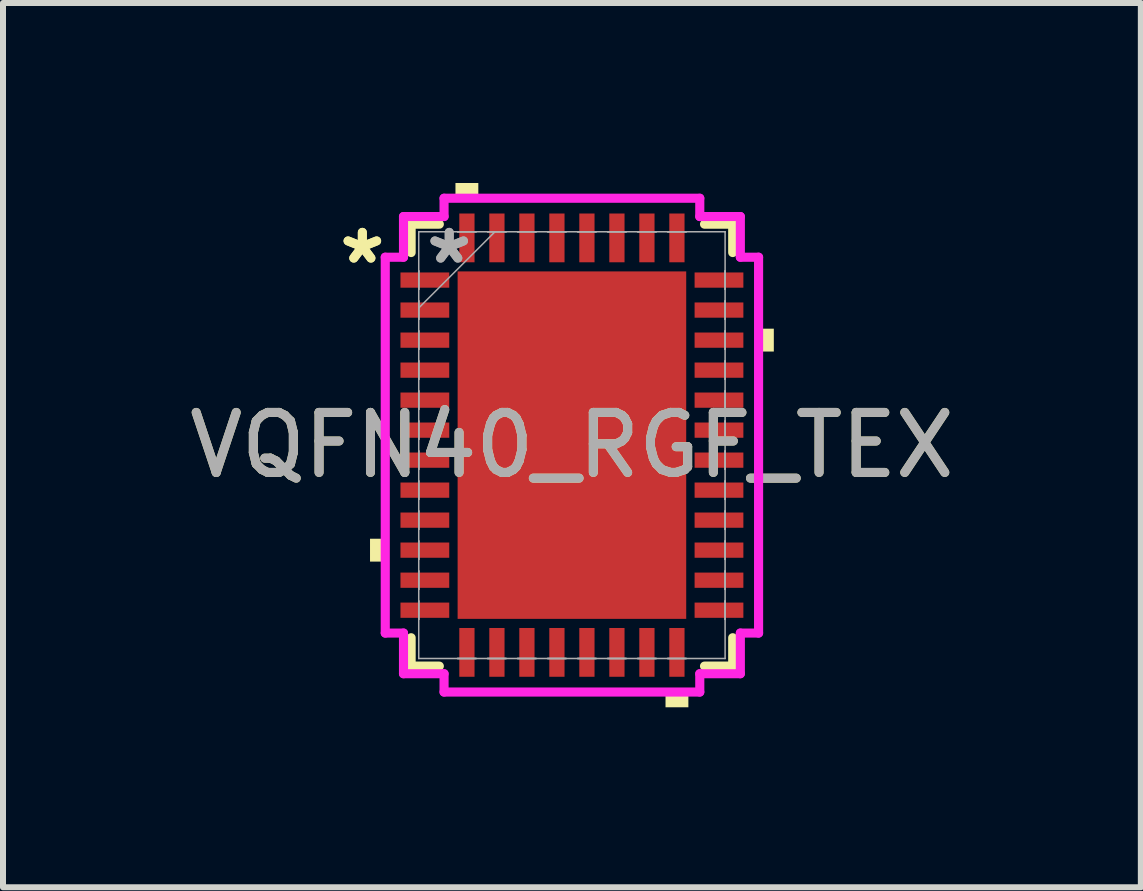
<source format=kicad_pcb>
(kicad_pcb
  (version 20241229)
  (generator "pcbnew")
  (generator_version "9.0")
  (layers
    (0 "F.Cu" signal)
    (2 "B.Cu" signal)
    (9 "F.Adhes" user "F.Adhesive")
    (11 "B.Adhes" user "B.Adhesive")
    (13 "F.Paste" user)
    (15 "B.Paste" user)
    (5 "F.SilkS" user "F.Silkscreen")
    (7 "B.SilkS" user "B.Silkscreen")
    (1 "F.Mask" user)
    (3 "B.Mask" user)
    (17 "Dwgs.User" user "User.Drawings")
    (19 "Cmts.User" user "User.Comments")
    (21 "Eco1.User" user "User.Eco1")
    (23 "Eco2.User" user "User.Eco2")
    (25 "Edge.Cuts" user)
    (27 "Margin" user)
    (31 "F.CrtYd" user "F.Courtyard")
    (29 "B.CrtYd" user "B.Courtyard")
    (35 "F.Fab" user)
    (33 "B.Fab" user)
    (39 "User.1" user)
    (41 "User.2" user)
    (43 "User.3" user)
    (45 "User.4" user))
  (footprint "VQFN40_RGF_TEX"
    (layer "F.Cu")
    (at 6.482 4.369)
    (property "Reference" "VQFN40_RGF_TEX" (at 0 0 0) (unlocked yes) (layer "F.SilkS") (effects (font (size 1 1) (thickness 0.15))))
    (attr smd)
    (fp_line (start -2.68 -3.683) (end -2.68 -3.21) (stroke (width 0.152) (type solid)) (layer "F.SilkS"))
    (fp_line (start -2.68 3.21) (end -2.68 3.683) (stroke (width 0.152) (type solid)) (layer "F.SilkS"))
    (fp_line (start -2.68 3.683) (end -2.21 3.683) (stroke (width 0.152) (type solid)) (layer "F.SilkS"))
    (fp_line (start -2.21 -3.683) (end -2.68 -3.683) (stroke (width 0.152) (type solid)) (layer "F.SilkS"))
    (fp_line (start 2.21 3.683) (end 2.68 3.683) (stroke (width 0.152) (type solid)) (layer "F.SilkS"))
    (fp_line (start 2.68 -3.683) (end 2.21 -3.683) (stroke (width 0.152) (type solid)) (layer "F.SilkS"))
    (fp_line (start 2.68 -3.21) (end 2.68 -3.683) (stroke (width 0.152) (type solid)) (layer "F.SilkS"))
    (fp_line (start 2.68 3.683) (end 2.68 3.21) (stroke (width 0.152) (type solid)) (layer "F.SilkS"))
    (fp_poly (pts (xy -3.365 1.56) (xy -3.365 1.941) (xy -3.111 1.941) (xy -3.111 1.56)) (stroke (width 0) (type solid)) (fill yes) (layer "F.SilkS"))
    (fp_poly (pts (xy -1.941 -4.115) (xy -1.941 -4.369) (xy -1.56 -4.369) (xy -1.56 -4.115)) (stroke (width 0) (type solid)) (fill yes) (layer "F.SilkS"))
    (fp_poly (pts (xy 1.56 4.115) (xy 1.56 4.369) (xy 1.941 4.369) (xy 1.941 4.115)) (stroke (width 0) (type solid)) (fill yes) (layer "F.SilkS"))
    (fp_poly (pts (xy 3.365 -1.941) (xy 3.365 -1.56) (xy 3.111 -1.56) (xy 3.111 -1.941)) (stroke (width 0) (type solid)) (fill yes) (layer "F.SilkS"))
    (fp_poly (pts (xy -1.805 -2.796) (xy -1.805 -1.548) (xy -0.735 -1.548) (xy -0.735 -2.796)) (stroke (width 0) (type solid)) (fill yes) (layer "F.Paste"))
    (fp_poly (pts (xy -1.805 -1.348) (xy -1.805 -0.1) (xy -0.735 -0.1) (xy -0.735 -1.348)) (stroke (width 0) (type solid)) (fill yes) (layer "F.Paste"))
    (fp_poly (pts (xy -1.805 0.1) (xy -1.805 1.348) (xy -0.735 1.348) (xy -0.735 0.1)) (stroke (width 0) (type solid)) (fill yes) (layer "F.Paste"))
    (fp_poly (pts (xy -1.805 1.548) (xy -1.805 2.796) (xy -0.735 2.796) (xy -0.735 1.548)) (stroke (width 0) (type solid)) (fill yes) (layer "F.Paste"))
    (fp_poly (pts (xy -0.535 -2.796) (xy -0.535 -1.548) (xy 0.535 -1.548) (xy 0.535 -2.796)) (stroke (width 0) (type solid)) (fill yes) (layer "F.Paste"))
    (fp_poly (pts (xy -0.535 -1.348) (xy -0.535 -0.1) (xy 0.535 -0.1) (xy 0.535 -1.348)) (stroke (width 0) (type solid)) (fill yes) (layer "F.Paste"))
    (fp_poly (pts (xy -0.535 0.1) (xy -0.535 1.348) (xy 0.535 1.348) (xy 0.535 0.1)) (stroke (width 0) (type solid)) (fill yes) (layer "F.Paste"))
    (fp_poly (pts (xy -0.535 1.548) (xy -0.535 2.796) (xy 0.535 2.796) (xy 0.535 1.548)) (stroke (width 0) (type solid)) (fill yes) (layer "F.Paste"))
    (fp_poly (pts (xy 0.735 -2.796) (xy 0.735 -1.548) (xy 1.805 -1.548) (xy 1.805 -2.796)) (stroke (width 0) (type solid)) (fill yes) (layer "F.Paste"))
    (fp_poly (pts (xy 0.735 -1.348) (xy 0.735 -0.1) (xy 1.805 -0.1) (xy 1.805 -1.348)) (stroke (width 0) (type solid)) (fill yes) (layer "F.Paste"))
    (fp_poly (pts (xy 0.735 0.1) (xy 0.735 1.348) (xy 1.805 1.348) (xy 1.805 0.1)) (stroke (width 0) (type solid)) (fill yes) (layer "F.Paste"))
    (fp_poly (pts (xy 0.735 1.548) (xy 0.735 2.796) (xy 1.805 2.796) (xy 1.805 1.548)) (stroke (width 0) (type solid)) (fill yes) (layer "F.Paste"))
    (fp_line (start -3.111 -3.132) (end -2.807 -3.132) (stroke (width 0.152) (type solid)) (layer "F.CrtYd"))
    (fp_line (start -3.111 3.132) (end -3.111 -3.132) (stroke (width 0.152) (type solid)) (layer "F.CrtYd"))
    (fp_line (start -2.807 -3.81) (end -2.131 -3.81) (stroke (width 0.152) (type solid)) (layer "F.CrtYd"))
    (fp_line (start -2.807 -3.132) (end -2.807 -3.81) (stroke (width 0.152) (type solid)) (layer "F.CrtYd"))
    (fp_line (start -2.807 3.132) (end -3.111 3.132) (stroke (width 0.152) (type solid)) (layer "F.CrtYd"))
    (fp_line (start -2.807 3.81) (end -2.807 3.132) (stroke (width 0.152) (type solid)) (layer "F.CrtYd"))
    (fp_line (start -2.131 -4.115) (end 2.131 -4.115) (stroke (width 0.152) (type solid)) (layer "F.CrtYd"))
    (fp_line (start -2.131 -3.81) (end -2.131 -4.115) (stroke (width 0.152) (type solid)) (layer "F.CrtYd"))
    (fp_line (start -2.131 3.81) (end -2.807 3.81) (stroke (width 0.152) (type solid)) (layer "F.CrtYd"))
    (fp_line (start -2.131 4.115) (end -2.131 3.81) (stroke (width 0.152) (type solid)) (layer "F.CrtYd"))
    (fp_line (start 2.131 -4.115) (end 2.131 -3.81) (stroke (width 0.152) (type solid)) (layer "F.CrtYd"))
    (fp_line (start 2.131 -3.81) (end 2.807 -3.81) (stroke (width 0.152) (type solid)) (layer "F.CrtYd"))
    (fp_line (start 2.131 3.81) (end 2.131 4.115) (stroke (width 0.152) (type solid)) (layer "F.CrtYd"))
    (fp_line (start 2.131 4.115) (end -2.131 4.115) (stroke (width 0.152) (type solid)) (layer "F.CrtYd"))
    (fp_line (start 2.807 -3.81) (end 2.807 -3.132) (stroke (width 0.152) (type solid)) (layer "F.CrtYd"))
    (fp_line (start 2.807 -3.132) (end 3.111 -3.132) (stroke (width 0.152) (type solid)) (layer "F.CrtYd"))
    (fp_line (start 2.807 3.132) (end 2.807 3.81) (stroke (width 0.152) (type solid)) (layer "F.CrtYd"))
    (fp_line (start 2.807 3.81) (end 2.131 3.81) (stroke (width 0.152) (type solid)) (layer "F.CrtYd"))
    (fp_line (start 3.111 -3.132) (end 3.111 3.132) (stroke (width 0.152) (type solid)) (layer "F.CrtYd"))
    (fp_line (start 3.111 3.132) (end 2.807 3.132) (stroke (width 0.152) (type solid)) (layer "F.CrtYd"))
    (fp_line (start -2.553 -3.556) (end -2.553 -3.556) (stroke (width 0.025) (type solid)) (layer "F.Fab"))
    (fp_line (start -2.553 -3.556) (end -2.553 3.556) (stroke (width 0.025) (type solid)) (layer "F.Fab"))
    (fp_line (start -2.553 -2.903) (end -2.553 -2.903) (stroke (width 0.025) (type solid)) (layer "F.Fab"))
    (fp_line (start -2.553 -2.903) (end -2.553 -2.598) (stroke (width 0.025) (type solid)) (layer "F.Fab"))
    (fp_line (start -2.553 -2.598) (end -2.553 -2.903) (stroke (width 0.025) (type solid)) (layer "F.Fab"))
    (fp_line (start -2.553 -2.598) (end -2.553 -2.598) (stroke (width 0.025) (type solid)) (layer "F.Fab"))
    (fp_line (start -2.553 -2.403) (end -2.553 -2.403) (stroke (width 0.025) (type solid)) (layer "F.Fab"))
    (fp_line (start -2.553 -2.403) (end -2.553 -2.098) (stroke (width 0.025) (type solid)) (layer "F.Fab"))
    (fp_line (start -2.553 -2.286) (end -1.283 -3.556) (stroke (width 0.025) (type solid)) (layer "F.Fab"))
    (fp_line (start -2.553 -2.098) (end -2.553 -2.403) (stroke (width 0.025) (type solid)) (layer "F.Fab"))
    (fp_line (start -2.553 -2.098) (end -2.553 -2.098) (stroke (width 0.025) (type solid)) (layer "F.Fab"))
    (fp_line (start -2.553 -1.903) (end -2.553 -1.903) (stroke (width 0.025) (type solid)) (layer "F.Fab"))
    (fp_line (start -2.553 -1.903) (end -2.553 -1.598) (stroke (width 0.025) (type solid)) (layer "F.Fab"))
    (fp_line (start -2.553 -1.598) (end -2.553 -1.903) (stroke (width 0.025) (type solid)) (layer "F.Fab"))
    (fp_line (start -2.553 -1.598) (end -2.553 -1.598) (stroke (width 0.025) (type solid)) (layer "F.Fab"))
    (fp_line (start -2.553 -1.403) (end -2.553 -1.403) (stroke (width 0.025) (type solid)) (layer "F.Fab"))
    (fp_line (start -2.553 -1.403) (end -2.553 -1.098) (stroke (width 0.025) (type solid)) (layer "F.Fab"))
    (fp_line (start -2.553 -1.098) (end -2.553 -1.403) (stroke (width 0.025) (type solid)) (layer "F.Fab"))
    (fp_line (start -2.553 -1.098) (end -2.553 -1.098) (stroke (width 0.025) (type solid)) (layer "F.Fab"))
    (fp_line (start -2.553 -0.903) (end -2.553 -0.903) (stroke (width 0.025) (type solid)) (layer "F.Fab"))
    (fp_line (start -2.553 -0.903) (end -2.553 -0.598) (stroke (width 0.025) (type solid)) (layer "F.Fab"))
    (fp_line (start -2.553 -0.598) (end -2.553 -0.903) (stroke (width 0.025) (type solid)) (layer "F.Fab"))
    (fp_line (start -2.553 -0.598) (end -2.553 -0.598) (stroke (width 0.025) (type solid)) (layer "F.Fab"))
    (fp_line (start -2.553 -0.402) (end -2.553 -0.402) (stroke (width 0.025) (type solid)) (layer "F.Fab"))
    (fp_line (start -2.553 -0.402) (end -2.553 -0.098) (stroke (width 0.025) (type solid)) (layer "F.Fab"))
    (fp_line (start -2.553 -0.098) (end -2.553 -0.402) (stroke (width 0.025) (type solid)) (layer "F.Fab"))
    (fp_line (start -2.553 -0.098) (end -2.553 -0.098) (stroke (width 0.025) (type solid)) (layer "F.Fab"))
    (fp_line (start -2.553 0.098) (end -2.553 0.098) (stroke (width 0.025) (type solid)) (layer "F.Fab"))
    (fp_line (start -2.553 0.098) (end -2.553 0.402) (stroke (width 0.025) (type solid)) (layer "F.Fab"))
    (fp_line (start -2.553 0.402) (end -2.553 0.098) (stroke (width 0.025) (type solid)) (layer "F.Fab"))
    (fp_line (start -2.553 0.402) (end -2.553 0.402) (stroke (width 0.025) (type solid)) (layer "F.Fab"))
    (fp_line (start -2.553 0.598) (end -2.553 0.598) (stroke (width 0.025) (type solid)) (layer "F.Fab"))
    (fp_line (start -2.553 0.598) (end -2.553 0.903) (stroke (width 0.025) (type solid)) (layer "F.Fab"))
    (fp_line (start -2.553 0.903) (end -2.553 0.598) (stroke (width 0.025) (type solid)) (layer "F.Fab"))
    (fp_line (start -2.553 0.903) (end -2.553 0.903) (stroke (width 0.025) (type solid)) (layer "F.Fab"))
    (fp_line (start -2.553 1.098) (end -2.553 1.098) (stroke (width 0.025) (type solid)) (layer "F.Fab"))
    (fp_line (start -2.553 1.098) (end -2.553 1.403) (stroke (width 0.025) (type solid)) (layer "F.Fab"))
    (fp_line (start -2.553 1.403) (end -2.553 1.098) (stroke (width 0.025) (type solid)) (layer "F.Fab"))
    (fp_line (start -2.553 1.403) (end -2.553 1.403) (stroke (width 0.025) (type solid)) (layer "F.Fab"))
    (fp_line (start -2.553 1.598) (end -2.553 1.598) (stroke (width 0.025) (type solid)) (layer "F.Fab"))
    (fp_line (start -2.553 1.598) (end -2.553 1.903) (stroke (width 0.025) (type solid)) (layer "F.Fab"))
    (fp_line (start -2.553 1.903) (end -2.553 1.598) (stroke (width 0.025) (type solid)) (layer "F.Fab"))
    (fp_line (start -2.553 1.903) (end -2.553 1.903) (stroke (width 0.025) (type solid)) (layer "F.Fab"))
    (fp_line (start -2.553 2.098) (end -2.553 2.098) (stroke (width 0.025) (type solid)) (layer "F.Fab"))
    (fp_line (start -2.553 2.098) (end -2.553 2.403) (stroke (width 0.025) (type solid)) (layer "F.Fab"))
    (fp_line (start -2.553 2.403) (end -2.553 2.098) (stroke (width 0.025) (type solid)) (layer "F.Fab"))
    (fp_line (start -2.553 2.403) (end -2.553 2.403) (stroke (width 0.025) (type solid)) (layer "F.Fab"))
    (fp_line (start -2.553 2.598) (end -2.553 2.598) (stroke (width 0.025) (type solid)) (layer "F.Fab"))
    (fp_line (start -2.553 2.598) (end -2.553 2.903) (stroke (width 0.025) (type solid)) (layer "F.Fab"))
    (fp_line (start -2.553 2.903) (end -2.553 2.598) (stroke (width 0.025) (type solid)) (layer "F.Fab"))
    (fp_line (start -2.553 2.903) (end -2.553 2.903) (stroke (width 0.025) (type solid)) (layer "F.Fab"))
    (fp_line (start -2.553 3.556) (end -2.553 3.556) (stroke (width 0.025) (type solid)) (layer "F.Fab"))
    (fp_line (start -2.553 3.556) (end 2.553 3.556) (stroke (width 0.025) (type solid)) (layer "F.Fab"))
    (fp_line (start -1.903 -3.556) (end -1.903 -3.556) (stroke (width 0.025) (type solid)) (layer "F.Fab"))
    (fp_line (start -1.903 -3.556) (end -1.598 -3.556) (stroke (width 0.025) (type solid)) (layer "F.Fab"))
    (fp_line (start -1.903 3.556) (end -1.903 3.556) (stroke (width 0.025) (type solid)) (layer "F.Fab"))
    (fp_line (start -1.903 3.556) (end -1.598 3.556) (stroke (width 0.025) (type solid)) (layer "F.Fab"))
    (fp_line (start -1.598 -3.556) (end -1.903 -3.556) (stroke (width 0.025) (type solid)) (layer "F.Fab"))
    (fp_line (start -1.598 -3.556) (end -1.598 -3.556) (stroke (width 0.025) (type solid)) (layer "F.Fab"))
    (fp_line (start -1.598 3.556) (end -1.903 3.556) (stroke (width 0.025) (type solid)) (layer "F.Fab"))
    (fp_line (start -1.598 3.556) (end -1.598 3.556) (stroke (width 0.025) (type solid)) (layer "F.Fab"))
    (fp_line (start -1.403 -3.556) (end -1.403 -3.556) (stroke (width 0.025) (type solid)) (layer "F.Fab"))
    (fp_line (start -1.403 -3.556) (end -1.098 -3.556) (stroke (width 0.025) (type solid)) (layer "F.Fab"))
    (fp_line (start -1.403 3.556) (end -1.403 3.556) (stroke (width 0.025) (type solid)) (layer "F.Fab"))
    (fp_line (start -1.403 3.556) (end -1.098 3.556) (stroke (width 0.025) (type solid)) (layer "F.Fab"))
    (fp_line (start -1.098 -3.556) (end -1.403 -3.556) (stroke (width 0.025) (type solid)) (layer "F.Fab"))
    (fp_line (start -1.098 -3.556) (end -1.098 -3.556) (stroke (width 0.025) (type solid)) (layer "F.Fab"))
    (fp_line (start -1.098 3.556) (end -1.403 3.556) (stroke (width 0.025) (type solid)) (layer "F.Fab"))
    (fp_line (start -1.098 3.556) (end -1.098 3.556) (stroke (width 0.025) (type solid)) (layer "F.Fab"))
    (fp_line (start -0.903 -3.556) (end -0.903 -3.556) (stroke (width 0.025) (type solid)) (layer "F.Fab"))
    (fp_line (start -0.903 -3.556) (end -0.598 -3.556) (stroke (width 0.025) (type solid)) (layer "F.Fab"))
    (fp_line (start -0.903 3.556) (end -0.903 3.556) (stroke (width 0.025) (type solid)) (layer "F.Fab"))
    (fp_line (start -0.903 3.556) (end -0.598 3.556) (stroke (width 0.025) (type solid)) (layer "F.Fab"))
    (fp_line (start -0.598 -3.556) (end -0.903 -3.556) (stroke (width 0.025) (type solid)) (layer "F.Fab"))
    (fp_line (start -0.598 -3.556) (end -0.598 -3.556) (stroke (width 0.025) (type solid)) (layer "F.Fab"))
    (fp_line (start -0.598 3.556) (end -0.903 3.556) (stroke (width 0.025) (type solid)) (layer "F.Fab"))
    (fp_line (start -0.598 3.556) (end -0.598 3.556) (stroke (width 0.025) (type solid)) (layer "F.Fab"))
    (fp_line (start -0.402 -3.556) (end -0.402 -3.556) (stroke (width 0.025) (type solid)) (layer "F.Fab"))
    (fp_line (start -0.402 -3.556) (end -0.098 -3.556) (stroke (width 0.025) (type solid)) (layer "F.Fab"))
    (fp_line (start -0.402 3.556) (end -0.402 3.556) (stroke (width 0.025) (type solid)) (layer "F.Fab"))
    (fp_line (start -0.402 3.556) (end -0.098 3.556) (stroke (width 0.025) (type solid)) (layer "F.Fab"))
    (fp_line (start -0.098 -3.556) (end -0.402 -3.556) (stroke (width 0.025) (type solid)) (layer "F.Fab"))
    (fp_line (start -0.098 -3.556) (end -0.098 -3.556) (stroke (width 0.025) (type solid)) (layer "F.Fab"))
    (fp_line (start -0.098 3.556) (end -0.402 3.556) (stroke (width 0.025) (type solid)) (layer "F.Fab"))
    (fp_line (start -0.098 3.556) (end -0.098 3.556) (stroke (width 0.025) (type solid)) (layer "F.Fab"))
    (fp_line (start 0.098 -3.556) (end 0.098 -3.556) (stroke (width 0.025) (type solid)) (layer "F.Fab"))
    (fp_line (start 0.098 -3.556) (end 0.402 -3.556) (stroke (width 0.025) (type solid)) (layer "F.Fab"))
    (fp_line (start 0.098 3.556) (end 0.098 3.556) (stroke (width 0.025) (type solid)) (layer "F.Fab"))
    (fp_line (start 0.098 3.556) (end 0.402 3.556) (stroke (width 0.025) (type solid)) (layer "F.Fab"))
    (fp_line (start 0.402 -3.556) (end 0.098 -3.556) (stroke (width 0.025) (type solid)) (layer "F.Fab"))
    (fp_line (start 0.402 -3.556) (end 0.402 -3.556) (stroke (width 0.025) (type solid)) (layer "F.Fab"))
    (fp_line (start 0.402 3.556) (end 0.098 3.556) (stroke (width 0.025) (type solid)) (layer "F.Fab"))
    (fp_line (start 0.402 3.556) (end 0.402 3.556) (stroke (width 0.025) (type solid)) (layer "F.Fab"))
    (fp_line (start 0.598 -3.556) (end 0.598 -3.556) (stroke (width 0.025) (type solid)) (layer "F.Fab"))
    (fp_line (start 0.598 -3.556) (end 0.903 -3.556) (stroke (width 0.025) (type solid)) (layer "F.Fab"))
    (fp_line (start 0.598 3.556) (end 0.598 3.556) (stroke (width 0.025) (type solid)) (layer "F.Fab"))
    (fp_line (start 0.598 3.556) (end 0.903 3.556) (stroke (width 0.025) (type solid)) (layer "F.Fab"))
    (fp_line (start 0.903 -3.556) (end 0.598 -3.556) (stroke (width 0.025) (type solid)) (layer "F.Fab"))
    (fp_line (start 0.903 -3.556) (end 0.903 -3.556) (stroke (width 0.025) (type solid)) (layer "F.Fab"))
    (fp_line (start 0.903 3.556) (end 0.598 3.556) (stroke (width 0.025) (type solid)) (layer "F.Fab"))
    (fp_line (start 0.903 3.556) (end 0.903 3.556) (stroke (width 0.025) (type solid)) (layer "F.Fab"))
    (fp_line (start 1.098 -3.556) (end 1.098 -3.556) (stroke (width 0.025) (type solid)) (layer "F.Fab"))
    (fp_line (start 1.098 -3.556) (end 1.403 -3.556) (stroke (width 0.025) (type solid)) (layer "F.Fab"))
    (fp_line (start 1.098 3.556) (end 1.098 3.556) (stroke (width 0.025) (type solid)) (layer "F.Fab"))
    (fp_line (start 1.098 3.556) (end 1.403 3.556) (stroke (width 0.025) (type solid)) (layer "F.Fab"))
    (fp_line (start 1.403 -3.556) (end 1.098 -3.556) (stroke (width 0.025) (type solid)) (layer "F.Fab"))
    (fp_line (start 1.403 -3.556) (end 1.403 -3.556) (stroke (width 0.025) (type solid)) (layer "F.Fab"))
    (fp_line (start 1.403 3.556) (end 1.098 3.556) (stroke (width 0.025) (type solid)) (layer "F.Fab"))
    (fp_line (start 1.403 3.556) (end 1.403 3.556) (stroke (width 0.025) (type solid)) (layer "F.Fab"))
    (fp_line (start 1.598 -3.556) (end 1.598 -3.556) (stroke (width 0.025) (type solid)) (layer "F.Fab"))
    (fp_line (start 1.598 -3.556) (end 1.903 -3.556) (stroke (width 0.025) (type solid)) (layer "F.Fab"))
    (fp_line (start 1.598 3.556) (end 1.598 3.556) (stroke (width 0.025) (type solid)) (layer "F.Fab"))
    (fp_line (start 1.598 3.556) (end 1.903 3.556) (stroke (width 0.025) (type solid)) (layer "F.Fab"))
    (fp_line (start 1.903 -3.556) (end 1.598 -3.556) (stroke (width 0.025) (type solid)) (layer "F.Fab"))
    (fp_line (start 1.903 -3.556) (end 1.903 -3.556) (stroke (width 0.025) (type solid)) (layer "F.Fab"))
    (fp_line (start 1.903 3.556) (end 1.598 3.556) (stroke (width 0.025) (type solid)) (layer "F.Fab"))
    (fp_line (start 1.903 3.556) (end 1.903 3.556) (stroke (width 0.025) (type solid)) (layer "F.Fab"))
    (fp_line (start 2.553 -3.556) (end -2.553 -3.556) (stroke (width 0.025) (type solid)) (layer "F.Fab"))
    (fp_line (start 2.553 -3.556) (end 2.553 -3.556) (stroke (width 0.025) (type solid)) (layer "F.Fab"))
    (fp_line (start 2.553 -2.903) (end 2.553 -2.903) (stroke (width 0.025) (type solid)) (layer "F.Fab"))
    (fp_line (start 2.553 -2.903) (end 2.553 -2.598) (stroke (width 0.025) (type solid)) (layer "F.Fab"))
    (fp_line (start 2.553 -2.598) (end 2.553 -2.903) (stroke (width 0.025) (type solid)) (layer "F.Fab"))
    (fp_line (start 2.553 -2.598) (end 2.553 -2.598) (stroke (width 0.025) (type solid)) (layer "F.Fab"))
    (fp_line (start 2.553 -2.403) (end 2.553 -2.403) (stroke (width 0.025) (type solid)) (layer "F.Fab"))
    (fp_line (start 2.553 -2.403) (end 2.553 -2.098) (stroke (width 0.025) (type solid)) (layer "F.Fab"))
    (fp_line (start 2.553 -2.098) (end 2.553 -2.403) (stroke (width 0.025) (type solid)) (layer "F.Fab"))
    (fp_line (start 2.553 -2.098) (end 2.553 -2.098) (stroke (width 0.025) (type solid)) (layer "F.Fab"))
    (fp_line (start 2.553 -1.903) (end 2.553 -1.903) (stroke (width 0.025) (type solid)) (layer "F.Fab"))
    (fp_line (start 2.553 -1.903) (end 2.553 -1.598) (stroke (width 0.025) (type solid)) (layer "F.Fab"))
    (fp_line (start 2.553 -1.598) (end 2.553 -1.903) (stroke (width 0.025) (type solid)) (layer "F.Fab"))
    (fp_line (start 2.553 -1.598) (end 2.553 -1.598) (stroke (width 0.025) (type solid)) (layer "F.Fab"))
    (fp_line (start 2.553 -1.403) (end 2.553 -1.403) (stroke (width 0.025) (type solid)) (layer "F.Fab"))
    (fp_line (start 2.553 -1.403) (end 2.553 -1.098) (stroke (width 0.025) (type solid)) (layer "F.Fab"))
    (fp_line (start 2.553 -1.098) (end 2.553 -1.403) (stroke (width 0.025) (type solid)) (layer "F.Fab"))
    (fp_line (start 2.553 -1.098) (end 2.553 -1.098) (stroke (width 0.025) (type solid)) (layer "F.Fab"))
    (fp_line (start 2.553 -0.903) (end 2.553 -0.903) (stroke (width 0.025) (type solid)) (layer "F.Fab"))
    (fp_line (start 2.553 -0.903) (end 2.553 -0.598) (stroke (width 0.025) (type solid)) (layer "F.Fab"))
    (fp_line (start 2.553 -0.598) (end 2.553 -0.903) (stroke (width 0.025) (type solid)) (layer "F.Fab"))
    (fp_line (start 2.553 -0.598) (end 2.553 -0.598) (stroke (width 0.025) (type solid)) (layer "F.Fab"))
    (fp_line (start 2.553 -0.402) (end 2.553 -0.402) (stroke (width 0.025) (type solid)) (layer "F.Fab"))
    (fp_line (start 2.553 -0.402) (end 2.553 -0.098) (stroke (width 0.025) (type solid)) (layer "F.Fab"))
    (fp_line (start 2.553 -0.098) (end 2.553 -0.402) (stroke (width 0.025) (type solid)) (layer "F.Fab"))
    (fp_line (start 2.553 -0.098) (end 2.553 -0.098) (stroke (width 0.025) (type solid)) (layer "F.Fab"))
    (fp_line (start 2.553 0.098) (end 2.553 0.098) (stroke (width 0.025) (type solid)) (layer "F.Fab"))
    (fp_line (start 2.553 0.098) (end 2.553 0.402) (stroke (width 0.025) (type solid)) (layer "F.Fab"))
    (fp_line (start 2.553 0.402) (end 2.553 0.098) (stroke (width 0.025) (type solid)) (layer "F.Fab"))
    (fp_line (start 2.553 0.402) (end 2.553 0.402) (stroke (width 0.025) (type solid)) (layer "F.Fab"))
    (fp_line (start 2.553 0.598) (end 2.553 0.598) (stroke (width 0.025) (type solid)) (layer "F.Fab"))
    (fp_line (start 2.553 0.598) (end 2.553 0.903) (stroke (width 0.025) (type solid)) (layer "F.Fab"))
    (fp_line (start 2.553 0.903) (end 2.553 0.598) (stroke (width 0.025) (type solid)) (layer "F.Fab"))
    (fp_line (start 2.553 0.903) (end 2.553 0.903) (stroke (width 0.025) (type solid)) (layer "F.Fab"))
    (fp_line (start 2.553 1.098) (end 2.553 1.098) (stroke (width 0.025) (type solid)) (layer "F.Fab"))
    (fp_line (start 2.553 1.098) (end 2.553 1.403) (stroke (width 0.025) (type solid)) (layer "F.Fab"))
    (fp_line (start 2.553 1.403) (end 2.553 1.098) (stroke (width 0.025) (type solid)) (layer "F.Fab"))
    (fp_line (start 2.553 1.403) (end 2.553 1.403) (stroke (width 0.025) (type solid)) (layer "F.Fab"))
    (fp_line (start 2.553 1.598) (end 2.553 1.598) (stroke (width 0.025) (type solid)) (layer "F.Fab"))
    (fp_line (start 2.553 1.598) (end 2.553 1.903) (stroke (width 0.025) (type solid)) (layer "F.Fab"))
    (fp_line (start 2.553 1.903) (end 2.553 1.598) (stroke (width 0.025) (type solid)) (layer "F.Fab"))
    (fp_line (start 2.553 1.903) (end 2.553 1.903) (stroke (width 0.025) (type solid)) (layer "F.Fab"))
    (fp_line (start 2.553 2.098) (end 2.553 2.098) (stroke (width 0.025) (type solid)) (layer "F.Fab"))
    (fp_line (start 2.553 2.098) (end 2.553 2.403) (stroke (width 0.025) (type solid)) (layer "F.Fab"))
    (fp_line (start 2.553 2.403) (end 2.553 2.098) (stroke (width 0.025) (type solid)) (layer "F.Fab"))
    (fp_line (start 2.553 2.403) (end 2.553 2.403) (stroke (width 0.025) (type solid)) (layer "F.Fab"))
    (fp_line (start 2.553 2.598) (end 2.553 2.598) (stroke (width 0.025) (type solid)) (layer "F.Fab"))
    (fp_line (start 2.553 2.598) (end 2.553 2.903) (stroke (width 0.025) (type solid)) (layer "F.Fab"))
    (fp_line (start 2.553 2.903) (end 2.553 2.598) (stroke (width 0.025) (type solid)) (layer "F.Fab"))
    (fp_line (start 2.553 2.903) (end 2.553 2.903) (stroke (width 0.025) (type solid)) (layer "F.Fab"))
    (fp_line (start 2.553 3.556) (end 2.553 -3.556) (stroke (width 0.025) (type solid)) (layer "F.Fab"))
    (fp_line (start 2.553 3.556) (end 2.553 3.556) (stroke (width 0.025) (type solid)) (layer "F.Fab"))
    (fp_text user "*" (at -3.493 -3.001 0) (unlocked yes) (layer "F.SilkS") (effects (font (size 1 1) (thickness 0.15))))
    (fp_text user "*" (at -3.493 -3.001 0) (layer "F.SilkS") (effects (font (size 1 1) (thickness 0.15))))
    (fp_text user "*" (at -2.045 -3.001 0) (unlocked yes) (layer "F.Fab") (effects (font (size 1 1) (thickness 0.15))))
    (fp_text user "${REFERENCE}" (at 0 0 0) (unlocked yes) (layer "F.Fab") (effects (font (size 1 1) (thickness 0.15))))
    (fp_text user "*" (at -2.045 -3.001 0) (layer "F.Fab") (effects (font (size 1 1) (thickness 0.15))))
    (pad "1" smd rect (at -2.451 -2.751 90) (size 0.254 0.813) (layers "F.Cu" "F.Mask" "F.Paste"))
    (pad "2" smd rect (at -2.451 -2.251 90) (size 0.254 0.813) (layers "F.Cu" "F.Mask" "F.Paste"))
    (pad "3" smd rect (at -2.451 -1.75 90) (size 0.254 0.813) (layers "F.Cu" "F.Mask" "F.Paste"))
    (pad "4" smd rect (at -2.451 -1.25 90) (size 0.254 0.813) (layers "F.Cu" "F.Mask" "F.Paste"))
    (pad "5" smd rect (at -2.451 -0.75 90) (size 0.254 0.813) (layers "F.Cu" "F.Mask" "F.Paste"))
    (pad "6" smd rect (at -2.451 -0.25 90) (size 0.254 0.813) (layers "F.Cu" "F.Mask" "F.Paste"))
    (pad "7" smd rect (at -2.451 0.25 90) (size 0.254 0.813) (layers "F.Cu" "F.Mask" "F.Paste"))
    (pad "8" smd rect (at -2.451 0.75 90) (size 0.254 0.813) (layers "F.Cu" "F.Mask" "F.Paste"))
    (pad "9" smd rect (at -2.451 1.25 90) (size 0.254 0.813) (layers "F.Cu" "F.Mask" "F.Paste"))
    (pad "10" smd rect (at -2.451 1.75 90) (size 0.254 0.813) (layers "F.Cu" "F.Mask" "F.Paste"))
    (pad "11" smd rect (at -2.451 2.251 90) (size 0.254 0.813) (layers "F.Cu" "F.Mask" "F.Paste"))
    (pad "12" smd rect (at -2.451 2.751 90) (size 0.254 0.813) (layers "F.Cu" "F.Mask" "F.Paste"))
    (pad "13" smd rect (at -1.75 3.454) (size 0.254 0.813) (layers "F.Cu" "F.Mask" "F.Paste"))
    (pad "14" smd rect (at -1.25 3.454) (size 0.254 0.813) (layers "F.Cu" "F.Mask" "F.Paste"))
    (pad "15" smd rect (at -0.75 3.454) (size 0.254 0.813) (layers "F.Cu" "F.Mask" "F.Paste"))
    (pad "16" smd rect (at -0.25 3.454) (size 0.254 0.813) (layers "F.Cu" "F.Mask" "F.Paste"))
    (pad "17" smd rect (at 0.25 3.454) (size 0.254 0.813) (layers "F.Cu" "F.Mask" "F.Paste"))
    (pad "18" smd rect (at 0.75 3.454) (size 0.254 0.813) (layers "F.Cu" "F.Mask" "F.Paste"))
    (pad "19" smd rect (at 1.25 3.454) (size 0.254 0.813) (layers "F.Cu" "F.Mask" "F.Paste"))
    (pad "20" smd rect (at 1.75 3.454) (size 0.254 0.813) (layers "F.Cu" "F.Mask" "F.Paste"))
    (pad "21" smd rect (at 2.451 2.751 90) (size 0.254 0.813) (layers "F.Cu" "F.Mask" "F.Paste"))
    (pad "22" smd rect (at 2.451 2.251 90) (size 0.254 0.813) (layers "F.Cu" "F.Mask" "F.Paste"))
    (pad "23" smd rect (at 2.451 1.75 90) (size 0.254 0.813) (layers "F.Cu" "F.Mask" "F.Paste"))
    (pad "24" smd rect (at 2.451 1.25 90) (size 0.254 0.813) (layers "F.Cu" "F.Mask" "F.Paste"))
    (pad "25" smd rect (at 2.451 0.75 90) (size 0.254 0.813) (layers "F.Cu" "F.Mask" "F.Paste"))
    (pad "26" smd rect (at 2.451 0.25 90) (size 0.254 0.813) (layers "F.Cu" "F.Mask" "F.Paste"))
    (pad "27" smd rect (at 2.451 -0.25 90) (size 0.254 0.813) (layers "F.Cu" "F.Mask" "F.Paste"))
    (pad "28" smd rect (at 2.451 -0.75 90) (size 0.254 0.813) (layers "F.Cu" "F.Mask" "F.Paste"))
    (pad "29" smd rect (at 2.451 -1.25 90) (size 0.254 0.813) (layers "F.Cu" "F.Mask" "F.Paste"))
    (pad "30" smd rect (at 2.451 -1.75 90) (size 0.254 0.813) (layers "F.Cu" "F.Mask" "F.Paste"))
    (pad "31" smd rect (at 2.451 -2.251 90) (size 0.254 0.813) (layers "F.Cu" "F.Mask" "F.Paste"))
    (pad "32" smd rect (at 2.451 -2.751 90) (size 0.254 0.813) (layers "F.Cu" "F.Mask" "F.Paste"))
    (pad "33" smd rect (at 1.75 -3.454) (size 0.254 0.813) (layers "F.Cu" "F.Mask" "F.Paste"))
    (pad "34" smd rect (at 1.25 -3.454) (size 0.254 0.813) (layers "F.Cu" "F.Mask" "F.Paste"))
    (pad "35" smd rect (at 0.75 -3.454) (size 0.254 0.813) (layers "F.Cu" "F.Mask" "F.Paste"))
    (pad "36" smd rect (at 0.25 -3.454) (size 0.254 0.813) (layers "F.Cu" "F.Mask" "F.Paste"))
    (pad "37" smd rect (at -0.25 -3.454) (size 0.254 0.813) (layers "F.Cu" "F.Mask" "F.Paste"))
    (pad "38" smd rect (at -0.75 -3.454) (size 0.254 0.813) (layers "F.Cu" "F.Mask" "F.Paste"))
    (pad "39" smd rect (at -1.25 -3.454) (size 0.254 0.813) (layers "F.Cu" "F.Mask" "F.Paste"))
    (pad "40" smd rect (at -1.75 -3.454) (size 0.254 0.813) (layers "F.Cu" "F.Mask" "F.Paste"))
    (pad "41" smd rect (at 0 0) (size 3.81 5.791) (layers "F.Cu" "F.Mask" "F.Paste")))
  (gr_rect
    (start -3 -3)
    (end 15.964 11.738)
    (stroke (width 0.1) (type default))
    (fill no)
    (layer "Edge.Cuts")))
</source>
